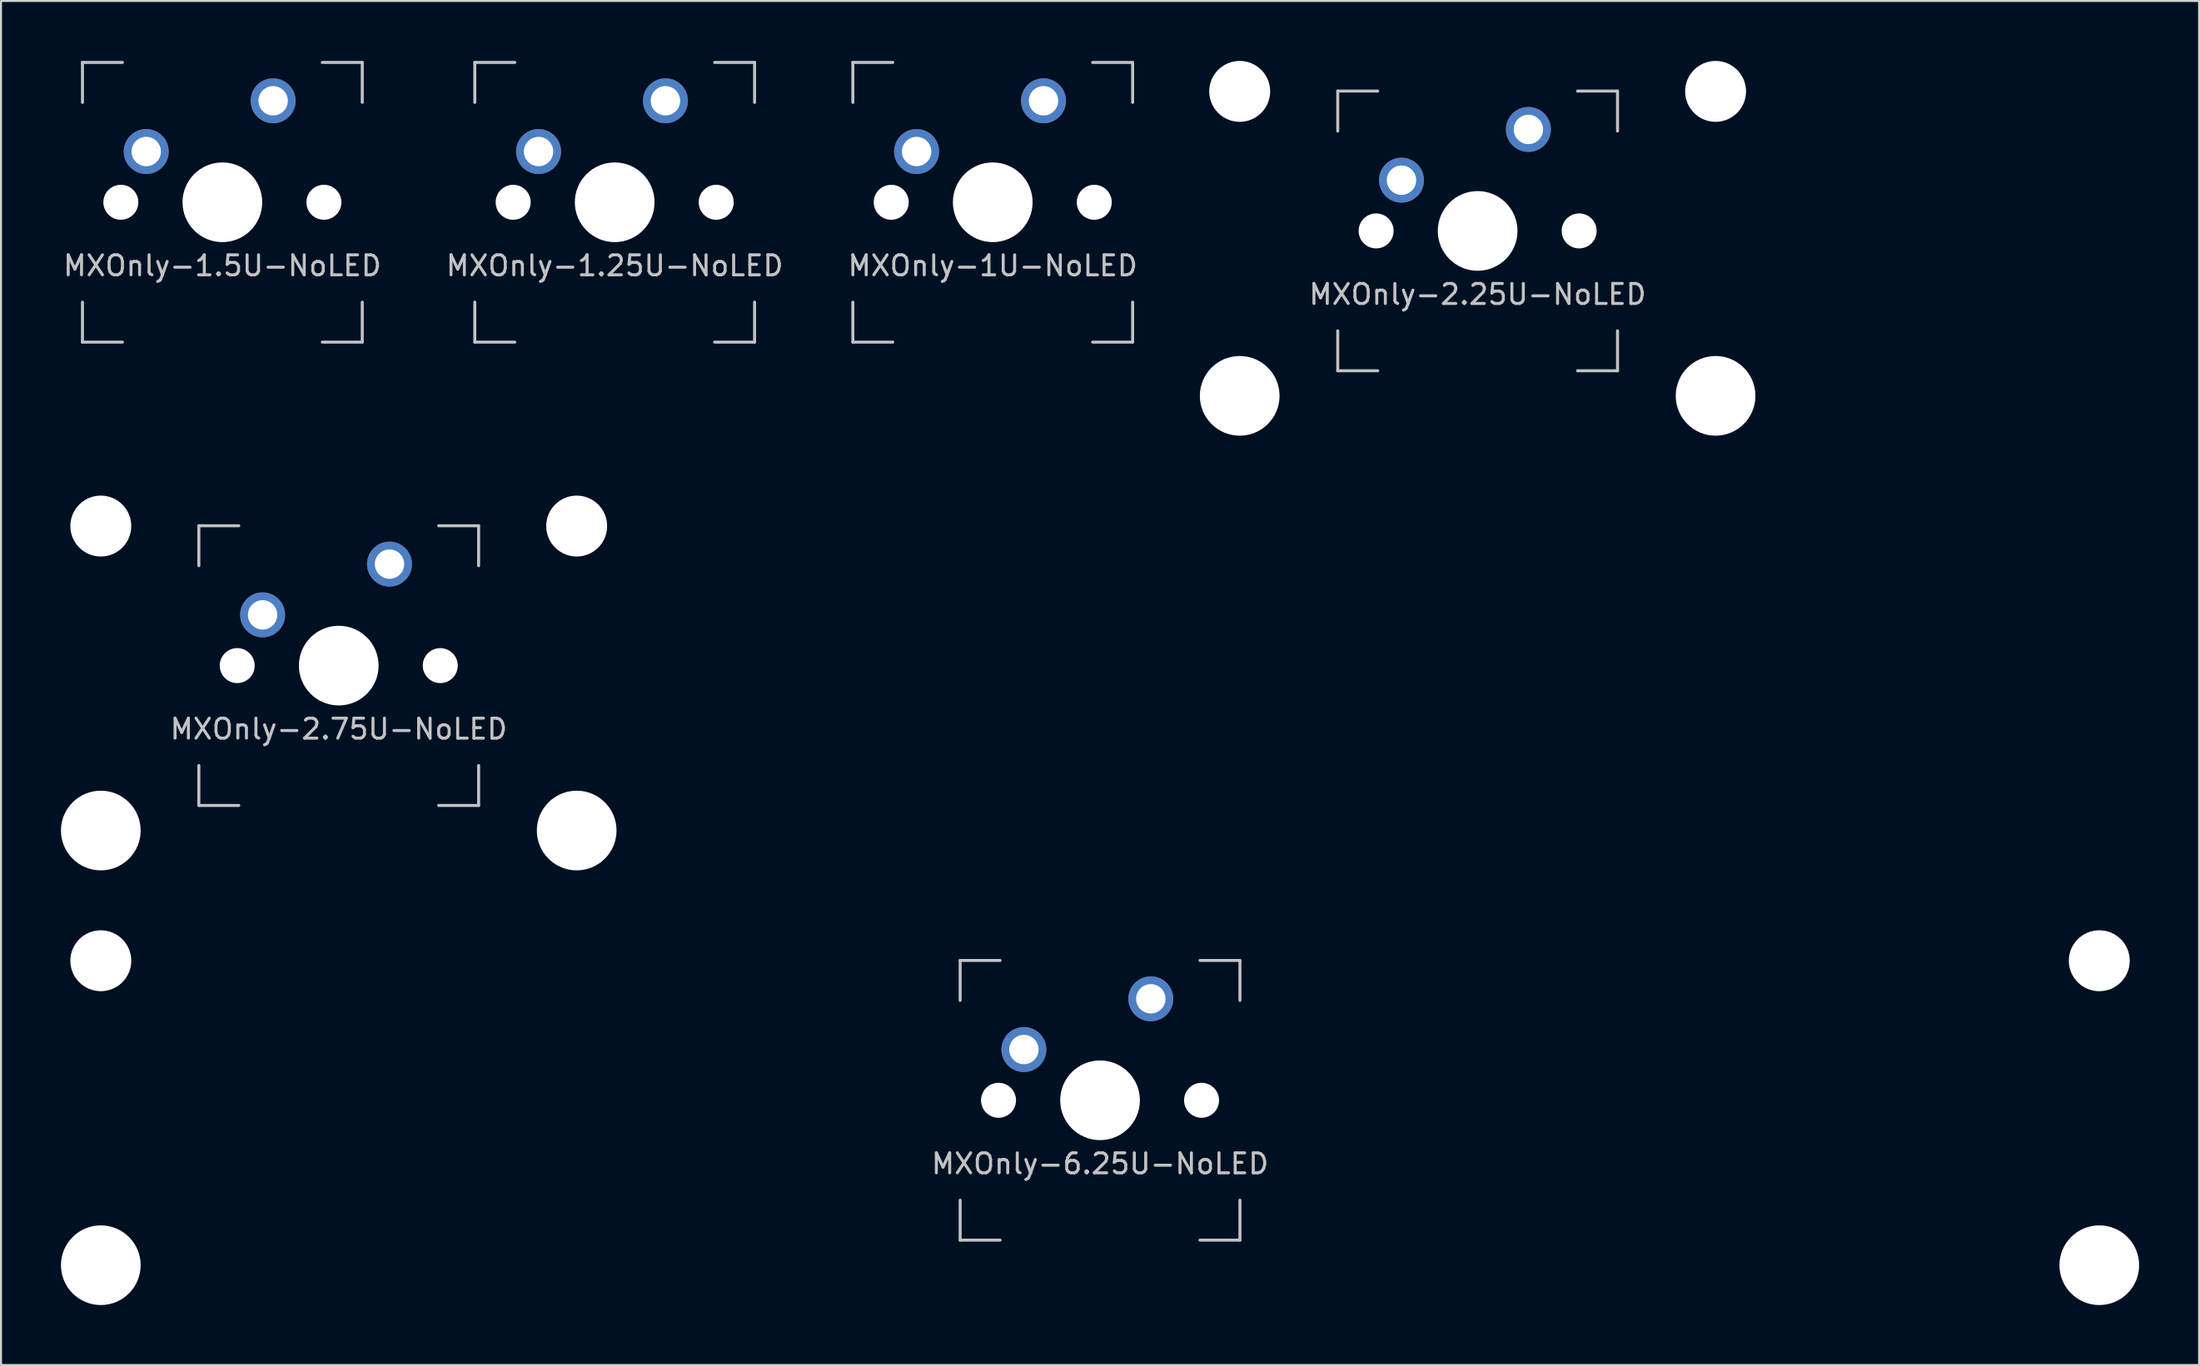
<source format=kicad_pcb>
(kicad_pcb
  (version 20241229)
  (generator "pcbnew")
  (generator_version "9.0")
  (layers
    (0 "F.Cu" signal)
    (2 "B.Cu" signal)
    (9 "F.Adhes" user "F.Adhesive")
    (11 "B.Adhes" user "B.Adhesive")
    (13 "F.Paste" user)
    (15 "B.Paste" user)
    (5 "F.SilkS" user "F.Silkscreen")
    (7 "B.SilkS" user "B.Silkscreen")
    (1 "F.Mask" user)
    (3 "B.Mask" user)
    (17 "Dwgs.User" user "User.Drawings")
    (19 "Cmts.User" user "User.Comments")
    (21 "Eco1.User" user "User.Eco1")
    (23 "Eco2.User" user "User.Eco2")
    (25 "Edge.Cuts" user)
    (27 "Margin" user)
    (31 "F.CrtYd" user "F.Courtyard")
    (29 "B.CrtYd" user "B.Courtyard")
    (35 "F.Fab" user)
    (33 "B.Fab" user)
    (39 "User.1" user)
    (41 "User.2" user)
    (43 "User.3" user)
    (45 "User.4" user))
  (footprint "MXOnly-2.75U-NoLED"
    (layer "F.Cu")
    (at 13.9 30.267)
    (property "Reference" "MXOnly-2.75U-NoLED" (at 0 3.175 0) (layer "Dwgs.User") (effects (font (size 1 1) (thickness 0.15))))
    (attr through_hole)
    (fp_line (start -7 -7) (end -7 -5) (stroke (width 0.15) (type solid)) (layer "Dwgs.User"))
    (fp_line (start -7 5) (end -7 7) (stroke (width 0.15) (type solid)) (layer "Dwgs.User"))
    (fp_line (start -7 7) (end -5 7) (stroke (width 0.15) (type solid)) (layer "Dwgs.User"))
    (fp_line (start -5 -7) (end -7 -7) (stroke (width 0.15) (type solid)) (layer "Dwgs.User"))
    (fp_line (start 5 -7) (end 7 -7) (stroke (width 0.15) (type solid)) (layer "Dwgs.User"))
    (fp_line (start 5 7) (end 7 7) (stroke (width 0.15) (type solid)) (layer "Dwgs.User"))
    (fp_line (start 7 -7) (end 7 -5) (stroke (width 0.15) (type solid)) (layer "Dwgs.User"))
    (fp_line (start 7 7) (end 7 5) (stroke (width 0.15) (type solid)) (layer "Dwgs.User"))
    (pad "" np_thru_hole circle (at -11.906 -6.985) (size 3.048 3.048) (drill 3.048) (layers "*.Cu" "*.Mask"))
    (pad "" np_thru_hole circle (at -11.906 8.255) (size 3.988 3.988) (drill 3.988) (layers "*.Cu" "*.Mask"))
    (pad "" np_thru_hole circle (at -5.08 0 48.1) (size 1.75 1.75) (drill 1.75) (layers "*.Cu" "*.Mask"))
    (pad "" np_thru_hole circle (at 0 0) (size 3.988 3.988) (drill 3.988) (layers "*.Cu" "*.Mask"))
    (pad "" np_thru_hole circle (at 5.08 0 48.1) (size 1.75 1.75) (drill 1.75) (layers "*.Cu" "*.Mask"))
    (pad "" np_thru_hole circle (at 11.906 -6.985) (size 3.048 3.048) (drill 3.048) (layers "*.Cu" "*.Mask"))
    (pad "" np_thru_hole circle (at 11.906 8.255) (size 3.988 3.988) (drill 3.988) (layers "*.Cu" "*.Mask"))
    (pad "1" thru_hole circle (at -3.81 -2.54) (size 2.25 2.25) (drill 1.47) (layers "*.Cu" "B.Mask"))
    (pad "2" thru_hole circle (at 2.54 -5.08) (size 2.25 2.25) (drill 1.47) (layers "*.Cu" "B.Mask")))
  (footprint "MXOnly-1.5U-NoLED"
    (layer "F.Cu")
    (at 8.077 7.075)
    (property "Reference" "MXOnly-1.5U-NoLED" (at 0 3.175 0) (layer "Dwgs.User") (effects (font (size 1 1) (thickness 0.15))))
    (attr through_hole)
    (fp_line (start -7 -7) (end -7 -5) (stroke (width 0.15) (type solid)) (layer "Dwgs.User"))
    (fp_line (start -7 5) (end -7 7) (stroke (width 0.15) (type solid)) (layer "Dwgs.User"))
    (fp_line (start -7 7) (end -5 7) (stroke (width 0.15) (type solid)) (layer "Dwgs.User"))
    (fp_line (start -5 -7) (end -7 -7) (stroke (width 0.15) (type solid)) (layer "Dwgs.User"))
    (fp_line (start 5 -7) (end 7 -7) (stroke (width 0.15) (type solid)) (layer "Dwgs.User"))
    (fp_line (start 5 7) (end 7 7) (stroke (width 0.15) (type solid)) (layer "Dwgs.User"))
    (fp_line (start 7 -7) (end 7 -5) (stroke (width 0.15) (type solid)) (layer "Dwgs.User"))
    (fp_line (start 7 7) (end 7 5) (stroke (width 0.15) (type solid)) (layer "Dwgs.User"))
    (pad "" np_thru_hole circle (at -5.08 0 48.1) (size 1.75 1.75) (drill 1.75) (layers "*.Cu" "*.Mask"))
    (pad "" np_thru_hole circle (at 0 0) (size 3.988 3.988) (drill 3.988) (layers "*.Cu" "*.Mask"))
    (pad "" np_thru_hole circle (at 5.08 0 48.1) (size 1.75 1.75) (drill 1.75) (layers "*.Cu" "*.Mask"))
    (pad "1" thru_hole circle (at -3.81 -2.54) (size 2.25 2.25) (drill 1.47) (layers "*.Cu" "B.Mask"))
    (pad "2" thru_hole circle (at 2.54 -5.08) (size 2.25 2.25) (drill 1.47) (layers "*.Cu" "B.Mask")))
  (footprint "MXOnly-1U-NoLED"
    (layer "F.Cu")
    (at 46.625 7.075)
    (property "Reference" "MXOnly-1U-NoLED" (at 0 3.175 0) (layer "Dwgs.User") (effects (font (size 1 1) (thickness 0.15))))
    (attr through_hole)
    (fp_line (start -7 -7) (end -7 -5) (stroke (width 0.15) (type solid)) (layer "Dwgs.User"))
    (fp_line (start -7 5) (end -7 7) (stroke (width 0.15) (type solid)) (layer "Dwgs.User"))
    (fp_line (start -7 7) (end -5 7) (stroke (width 0.15) (type solid)) (layer "Dwgs.User"))
    (fp_line (start -5 -7) (end -7 -7) (stroke (width 0.15) (type solid)) (layer "Dwgs.User"))
    (fp_line (start 5 -7) (end 7 -7) (stroke (width 0.15) (type solid)) (layer "Dwgs.User"))
    (fp_line (start 5 7) (end 7 7) (stroke (width 0.15) (type solid)) (layer "Dwgs.User"))
    (fp_line (start 7 -7) (end 7 -5) (stroke (width 0.15) (type solid)) (layer "Dwgs.User"))
    (fp_line (start 7 7) (end 7 5) (stroke (width 0.15) (type solid)) (layer "Dwgs.User"))
    (pad "" np_thru_hole circle (at -5.08 0 48.1) (size 1.75 1.75) (drill 1.75) (layers "*.Cu" "*.Mask"))
    (pad "" np_thru_hole circle (at 0 0) (size 3.988 3.988) (drill 3.988) (layers "*.Cu" "*.Mask"))
    (pad "" np_thru_hole circle (at 5.08 0 48.1) (size 1.75 1.75) (drill 1.75) (layers "*.Cu" "*.Mask"))
    (pad "1" thru_hole circle (at -3.81 -2.54) (size 2.25 2.25) (drill 1.47) (layers "*.Cu" "B.Mask"))
    (pad "2" thru_hole circle (at 2.54 -5.08) (size 2.25 2.25) (drill 1.47) (layers "*.Cu" "B.Mask")))
  (footprint "MXOnly-6.25U-NoLED"
    (layer "F.Cu")
    (at 51.994 52.025)
    (property "Reference" "MXOnly-6.25U-NoLED" (at 0 3.175 0) (layer "Dwgs.User") (effects (font (size 1 1) (thickness 0.15))))
    (attr through_hole)
    (fp_line (start -7 -7) (end -7 -5) (stroke (width 0.15) (type solid)) (layer "Dwgs.User"))
    (fp_line (start -7 5) (end -7 7) (stroke (width 0.15) (type solid)) (layer "Dwgs.User"))
    (fp_line (start -7 7) (end -5 7) (stroke (width 0.15) (type solid)) (layer "Dwgs.User"))
    (fp_line (start -5 -7) (end -7 -7) (stroke (width 0.15) (type solid)) (layer "Dwgs.User"))
    (fp_line (start 5 -7) (end 7 -7) (stroke (width 0.15) (type solid)) (layer "Dwgs.User"))
    (fp_line (start 5 7) (end 7 7) (stroke (width 0.15) (type solid)) (layer "Dwgs.User"))
    (fp_line (start 7 -7) (end 7 -5) (stroke (width 0.15) (type solid)) (layer "Dwgs.User"))
    (fp_line (start 7 7) (end 7 5) (stroke (width 0.15) (type solid)) (layer "Dwgs.User"))
    (pad "" np_thru_hole circle (at -50 -6.985) (size 3.048 3.048) (drill 3.048) (layers "*.Cu" "*.Mask"))
    (pad "" np_thru_hole circle (at -50 8.255) (size 3.988 3.988) (drill 3.988) (layers "*.Cu" "*.Mask"))
    (pad "" np_thru_hole circle (at -5.08 0 48.1) (size 1.75 1.75) (drill 1.75) (layers "*.Cu" "*.Mask"))
    (pad "" np_thru_hole circle (at 0 0) (size 3.988 3.988) (drill 3.988) (layers "*.Cu" "*.Mask"))
    (pad "" np_thru_hole circle (at 5.08 0 48.1) (size 1.75 1.75) (drill 1.75) (layers "*.Cu" "*.Mask"))
    (pad "" np_thru_hole circle (at 50 -6.985) (size 3.048 3.048) (drill 3.048) (layers "*.Cu" "*.Mask"))
    (pad "" np_thru_hole circle (at 50 8.255) (size 3.988 3.988) (drill 3.988) (layers "*.Cu" "*.Mask"))
    (pad "1" thru_hole circle (at -3.81 -2.54) (size 2.25 2.25) (drill 1.47) (layers "*.Cu" "B.Mask"))
    (pad "2" thru_hole circle (at 2.54 -5.08) (size 2.25 2.25) (drill 1.47) (layers "*.Cu" "B.Mask")))
  (footprint "MXOnly-1.25U-NoLED"
    (layer "F.Cu")
    (at 27.708 7.075)
    (property "Reference" "MXOnly-1.25U-NoLED" (at 0 3.175 0) (layer "Dwgs.User") (effects (font (size 1 1) (thickness 0.15))))
    (attr through_hole)
    (fp_line (start -7 -7) (end -7 -5) (stroke (width 0.15) (type solid)) (layer "Dwgs.User"))
    (fp_line (start -7 5) (end -7 7) (stroke (width 0.15) (type solid)) (layer "Dwgs.User"))
    (fp_line (start -7 7) (end -5 7) (stroke (width 0.15) (type solid)) (layer "Dwgs.User"))
    (fp_line (start -5 -7) (end -7 -7) (stroke (width 0.15) (type solid)) (layer "Dwgs.User"))
    (fp_line (start 5 -7) (end 7 -7) (stroke (width 0.15) (type solid)) (layer "Dwgs.User"))
    (fp_line (start 5 7) (end 7 7) (stroke (width 0.15) (type solid)) (layer "Dwgs.User"))
    (fp_line (start 7 -7) (end 7 -5) (stroke (width 0.15) (type solid)) (layer "Dwgs.User"))
    (fp_line (start 7 7) (end 7 5) (stroke (width 0.15) (type solid)) (layer "Dwgs.User"))
    (pad "" np_thru_hole circle (at -5.08 0 48.1) (size 1.75 1.75) (drill 1.75) (layers "*.Cu" "*.Mask"))
    (pad "" np_thru_hole circle (at 0 0) (size 3.988 3.988) (drill 3.988) (layers "*.Cu" "*.Mask"))
    (pad "" np_thru_hole circle (at 5.08 0 48.1) (size 1.75 1.75) (drill 1.75) (layers "*.Cu" "*.Mask"))
    (pad "1" thru_hole circle (at -3.81 -2.54) (size 2.25 2.25) (drill 1.47) (layers "*.Cu" "B.Mask"))
    (pad "2" thru_hole circle (at 2.54 -5.08) (size 2.25 2.25) (drill 1.47) (layers "*.Cu" "B.Mask")))
  (footprint "MXOnly-2.25U-NoLED"
    (layer "F.Cu")
    (at 70.888 8.509)
    (property "Reference" "MXOnly-2.25U-NoLED" (at 0 3.175 0) (layer "Dwgs.User") (effects (font (size 1 1) (thickness 0.15))))
    (attr through_hole)
    (fp_line (start -7 -7) (end -7 -5) (stroke (width 0.15) (type solid)) (layer "Dwgs.User"))
    (fp_line (start -7 5) (end -7 7) (stroke (width 0.15) (type solid)) (layer "Dwgs.User"))
    (fp_line (start -7 7) (end -5 7) (stroke (width 0.15) (type solid)) (layer "Dwgs.User"))
    (fp_line (start -5 -7) (end -7 -7) (stroke (width 0.15) (type solid)) (layer "Dwgs.User"))
    (fp_line (start 5 -7) (end 7 -7) (stroke (width 0.15) (type solid)) (layer "Dwgs.User"))
    (fp_line (start 5 7) (end 7 7) (stroke (width 0.15) (type solid)) (layer "Dwgs.User"))
    (fp_line (start 7 -7) (end 7 -5) (stroke (width 0.15) (type solid)) (layer "Dwgs.User"))
    (fp_line (start 7 7) (end 7 5) (stroke (width 0.15) (type solid)) (layer "Dwgs.User"))
    (pad "" np_thru_hole circle (at -11.906 -6.985) (size 3.048 3.048) (drill 3.048) (layers "*.Cu" "*.Mask"))
    (pad "" np_thru_hole circle (at -11.906 8.255) (size 3.988 3.988) (drill 3.988) (layers "*.Cu" "*.Mask"))
    (pad "" np_thru_hole circle (at -5.08 0 48.1) (size 1.75 1.75) (drill 1.75) (layers "*.Cu" "*.Mask"))
    (pad "" np_thru_hole circle (at 0 0) (size 3.988 3.988) (drill 3.988) (layers "*.Cu" "*.Mask"))
    (pad "" np_thru_hole circle (at 5.08 0 48.1) (size 1.75 1.75) (drill 1.75) (layers "*.Cu" "*.Mask"))
    (pad "" np_thru_hole circle (at 11.906 -6.985) (size 3.048 3.048) (drill 3.048) (layers "*.Cu" "*.Mask"))
    (pad "" np_thru_hole circle (at 11.906 8.255) (size 3.988 3.988) (drill 3.988) (layers "*.Cu" "*.Mask"))
    (pad "1" thru_hole circle (at -3.81 -2.54) (size 2.25 2.25) (drill 1.47) (layers "*.Cu" "B.Mask"))
    (pad "2" thru_hole circle (at 2.54 -5.08) (size 2.25 2.25) (drill 1.47) (layers "*.Cu" "B.Mask")))
  (gr_rect
    (start -3 -3)
    (end 106.988 65.274)
    (stroke (width 0.1) (type default))
    (fill no)
    (layer "Edge.Cuts")))
</source>
